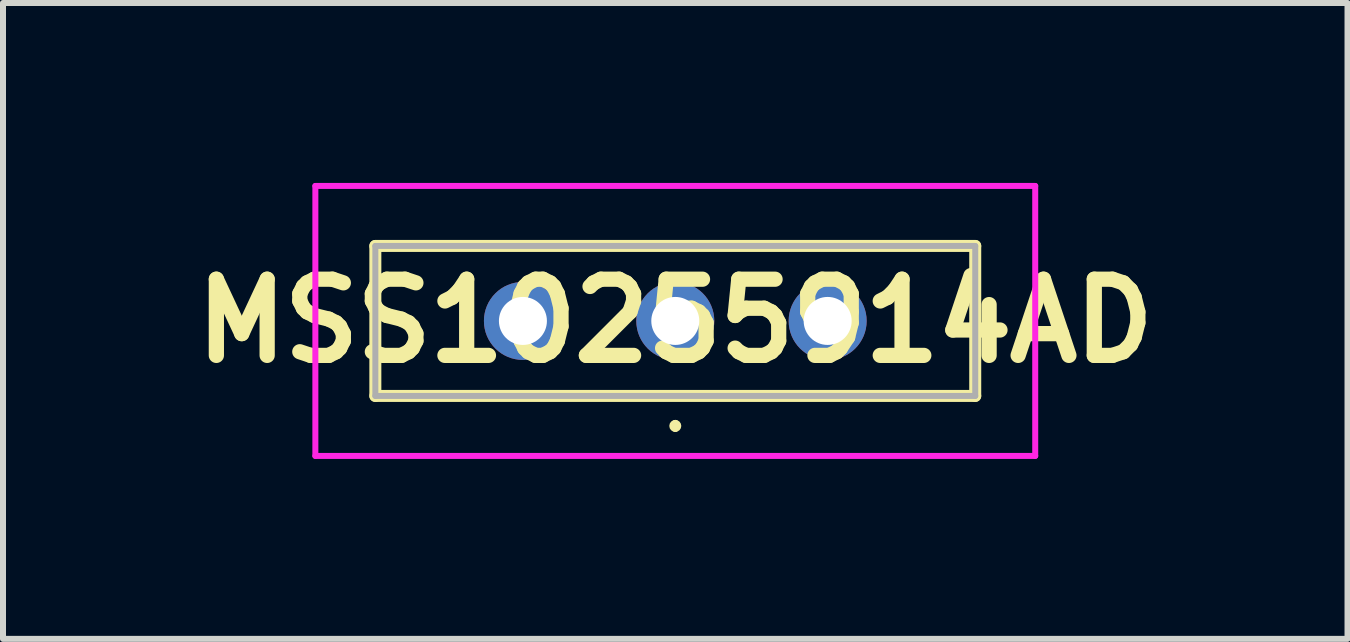
<source format=kicad_pcb>
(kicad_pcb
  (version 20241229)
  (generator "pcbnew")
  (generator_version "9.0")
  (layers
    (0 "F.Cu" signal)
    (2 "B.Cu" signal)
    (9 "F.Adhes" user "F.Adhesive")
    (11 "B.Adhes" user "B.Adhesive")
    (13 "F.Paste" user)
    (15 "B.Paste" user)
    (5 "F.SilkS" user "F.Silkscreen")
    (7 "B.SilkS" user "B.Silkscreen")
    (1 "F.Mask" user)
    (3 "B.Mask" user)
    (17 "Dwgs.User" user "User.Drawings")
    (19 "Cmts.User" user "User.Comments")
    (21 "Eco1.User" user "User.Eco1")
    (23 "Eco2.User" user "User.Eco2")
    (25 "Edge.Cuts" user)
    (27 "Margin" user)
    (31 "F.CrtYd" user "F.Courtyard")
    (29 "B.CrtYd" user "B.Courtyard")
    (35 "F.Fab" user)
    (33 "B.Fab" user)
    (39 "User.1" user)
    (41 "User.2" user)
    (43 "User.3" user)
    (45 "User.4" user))
  (footprint "MSS10255914AD"
    (layer "F.Cu")
    (at 8.207 2.3)
    (property "Reference" "MSS10255914AD" (at 0 0 0) (layer "F.SilkS") (effects (font (size 1.27 1.27) (thickness 0.254))))
    (attr through_hole)
    (fp_line (start -5 -1.25) (end 5 -1.25) (stroke (width 0.2) (type solid)) (layer "F.SilkS"))
    (fp_line (start -5 1.25) (end -5 -1.25) (stroke (width 0.2) (type solid)) (layer "F.SilkS"))
    (fp_line (start 0 1.7) (end 0 1.7) (stroke (width 0.1) (type solid)) (layer "F.SilkS"))
    (fp_line (start 0 1.8) (end 0 1.8) (stroke (width 0.1) (type solid)) (layer "F.SilkS"))
    (fp_line (start 5 -1.25) (end 5 1.25) (stroke (width 0.2) (type solid)) (layer "F.SilkS"))
    (fp_line (start 5 1.25) (end -5 1.25) (stroke (width 0.2) (type solid)) (layer "F.SilkS"))
    (fp_arc (start 0 1.7) (mid 0.05 1.75) (end 0 1.8) (stroke (width 0.1) (type solid)) (layer "F.SilkS"))
    (fp_arc (start 0 1.8) (mid -0.05 1.75) (end 0 1.7) (stroke (width 0.1) (type solid)) (layer "F.SilkS"))
    (fp_line (start -6 -2.25) (end 6 -2.25) (stroke (width 0.1) (type solid)) (layer "F.CrtYd"))
    (fp_line (start -6 2.25) (end -6 -2.25) (stroke (width 0.1) (type solid)) (layer "F.CrtYd"))
    (fp_line (start 6 -2.25) (end 6 2.25) (stroke (width 0.1) (type solid)) (layer "F.CrtYd"))
    (fp_line (start 6 2.25) (end -6 2.25) (stroke (width 0.1) (type solid)) (layer "F.CrtYd"))
    (fp_line (start -5 -1.25) (end 5 -1.25) (stroke (width 0.1) (type solid)) (layer "F.Fab"))
    (fp_line (start -5 1.25) (end -5 -1.25) (stroke (width 0.1) (type solid)) (layer "F.Fab"))
    (fp_line (start 5 -1.25) (end 5 1.25) (stroke (width 0.1) (type solid)) (layer "F.Fab"))
    (fp_line (start 5 1.25) (end -5 1.25) (stroke (width 0.1) (type solid)) (layer "F.Fab"))
    (pad "1" thru_hole circle (at -2.54 0) (size 1.3 1.3) (drill 0.8) (layers "*.Cu" "*.Mask"))
    (pad "2" thru_hole circle (at 0 0) (size 1.3 1.3) (drill 0.8) (layers "*.Cu" "*.Mask"))
    (pad "3" thru_hole circle (at 2.54 0) (size 1.3 1.3) (drill 0.8) (layers "*.Cu" "*.Mask")))
  (gr_rect
    (start -3 -3)
    (end 19.413 7.6)
    (stroke (width 0.1) (type default))
    (fill no)
    (layer "Edge.Cuts")))
</source>
